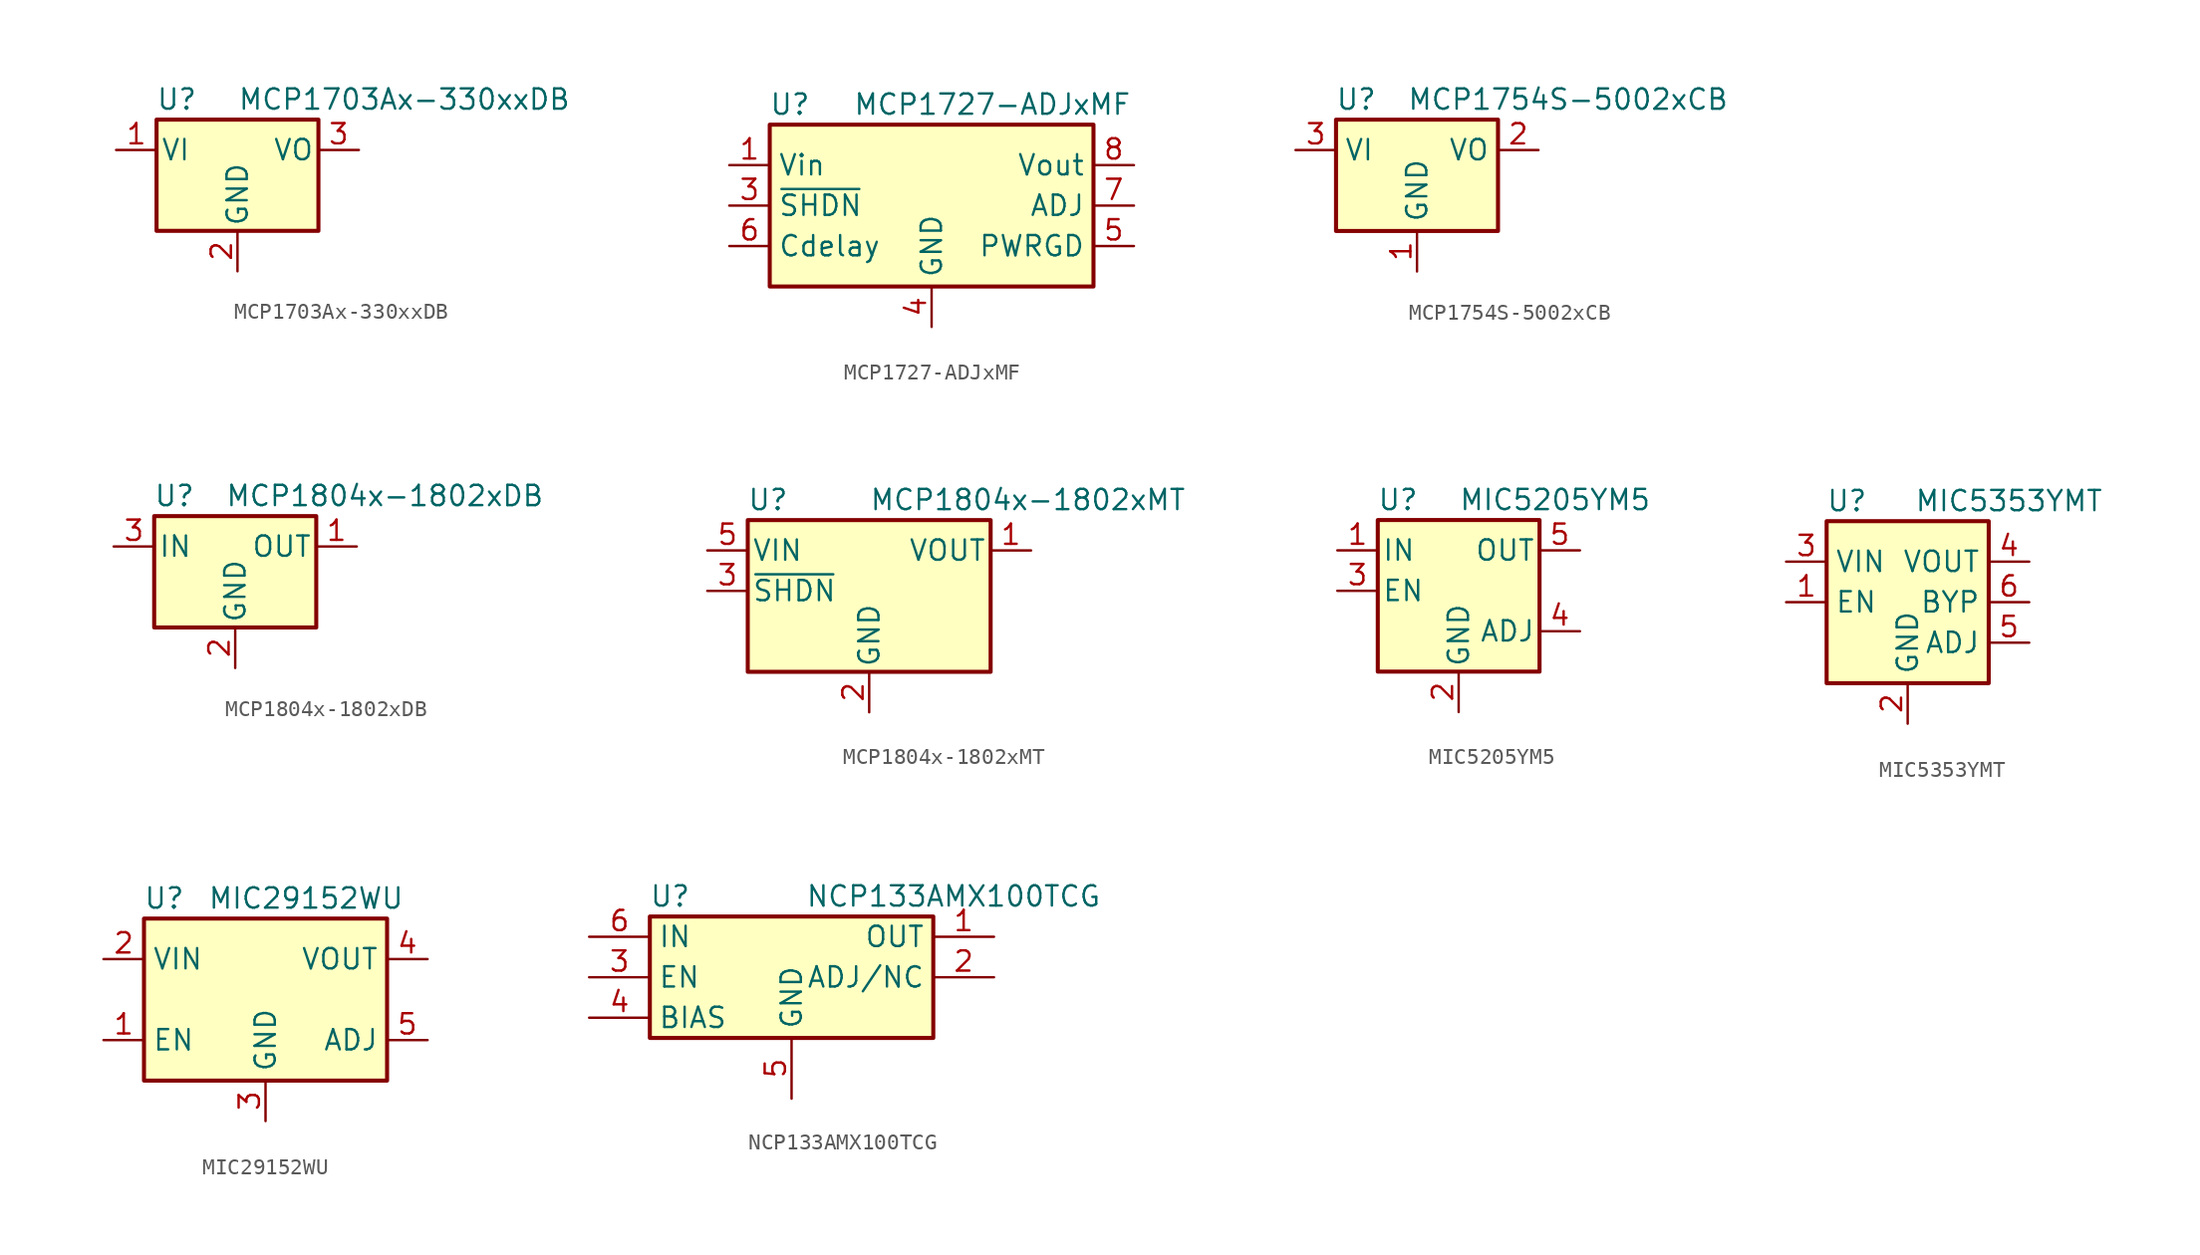
<source format=kicad_sym>
(kicad_symbol_lib
  (version 20241209)
  (generator "kicad_symbol_editor")
  (generator_version "9.0")
  (symbol "MCP1703Ax-330xxDB"
    (pin_names
      (offset 0.254))
    (property "Reference" "U"
      (at -3.81 3.175 0)
      (effects (font (size 1.27 1.27))))
    (property "Value" "MCP1703Ax-330xxDB"
      (at 0 3.175 0)
      (effects (font (size 1.27 1.27)) (justify left)))
    (symbol "MCP1703Ax-330xxDB_0_1"
      (rectangle (start -5.08 -5.08) (end 5.08 1.905) (stroke (width 0.254) (type default)) (fill (type background))))
    (symbol "MCP1703Ax-330xxDB_1_1"
      (pin power_in line (at -7.62 0 0) (length 2.54) (name "VI" (effects (font (size 1.27 1.27)))) (number "1" (effects (font (size 1.27 1.27)))))
      (pin power_in line (at 0 -7.62 90) (length 2.54) (name "GND" (effects (font (size 1.27 1.27)))) (number "2" (effects (font (size 1.27 1.27)))))
      (pin power_out line (at 7.62 0 180) (length 2.54) (name "VO" (effects (font (size 1.27 1.27)))) (number "3" (effects (font (size 1.27 1.27)))))))
  (symbol "MCP1727-ADJxMF"
    (property "Reference" "U"
      (at -8.89 6.35 0)
      (effects (font (size 1.27 1.27))))
    (property "Value" "MCP1727-ADJxMF"
      (at 3.81 6.35 0)
      (effects (font (size 1.27 1.27))))
    (symbol "MCP1727-ADJxMF_0_0"
      (pin input line (at -12.7 -2.54 0) (length 2.54) (name "Cdelay" (effects (font (size 1.27 1.27)))) (number "6" (effects (font (size 1.27 1.27)))))
      (pin power_in line (at 0 -7.62 90) (length 2.54) (name "GND" (effects (font (size 1.27 1.27)))) (number "4" (effects (font (size 1.27 1.27)))))
      (pin passive line (at 0 -7.62 90) (length 2.54) (hide yes) (name "GND" (effects (font (size 1.27 1.27)))) (number "9" (effects (font (size 1.27 1.27)))))
      (pin power_out line (at 12.7 2.54 180) (length 2.54) (name "Vout" (effects (font (size 1.27 1.27)))) (number "8" (effects (font (size 1.27 1.27)))))
      (pin input line (at 12.7 0 180) (length 2.54) (name "ADJ" (effects (font (size 1.27 1.27)))) (number "7" (effects (font (size 1.27 1.27)))))
      (pin open_collector line (at 12.7 -2.54 180) (length 2.54) (name "PWRGD" (effects (font (size 1.27 1.27)))) (number "5" (effects (font (size 1.27 1.27))))))
    (symbol "MCP1727-ADJxMF_0_1"
      (rectangle (start -10.16 5.08) (end 10.16 -5.08) (stroke (width 0.254) (type default)) (fill (type background))))
    (symbol "MCP1727-ADJxMF_1_1"
      (pin power_in line (at -12.7 2.54 0) (length 2.54) (name "Vin" (effects (font (size 1.27 1.27)))) (number "1" (effects (font (size 1.27 1.27)))))
      (pin passive line (at -12.7 2.54 0) (length 2.54) (hide yes) (name "Vin" (effects (font (size 1.27 1.27)))) (number "2" (effects (font (size 1.27 1.27)))))
      (pin input line (at -12.7 0 0) (length 2.54) (name "~{SHDN}" (effects (font (size 1.27 1.27)))) (number "3" (effects (font (size 1.27 1.27)))))))
  (symbol "MCP1754S-5002xCB"
    (property "Reference" "U"
      (at -3.81 3.175 0)
      (effects (font (size 1.27 1.27))))
    (property "Value" "MCP1754S-5002xCB"
      (at -0.635 3.175 0)
      (effects (font (size 1.27 1.27)) (justify left)))
    (symbol "MCP1754S-5002xCB_0_1"
      (rectangle (start -5.08 -5.08) (end 5.08 1.905) (stroke (width 0.254) (type default)) (fill (type background))))
    (symbol "MCP1754S-5002xCB_1_1"
      (pin power_in line (at -7.62 0 0) (length 2.54) (name "VI" (effects (font (size 1.27 1.27)))) (number "3" (effects (font (size 1.27 1.27)))))
      (pin power_in line (at 0 -7.62 90) (length 2.54) (name "GND" (effects (font (size 1.27 1.27)))) (number "1" (effects (font (size 1.27 1.27)))))
      (pin power_out line (at 7.62 0 180) (length 2.54) (name "VO" (effects (font (size 1.27 1.27)))) (number "2" (effects (font (size 1.27 1.27)))))))
  (symbol "MCP1804x-1802xDB"
    (pin_names
      (offset 0.254))
    (property "Reference" "U"
      (at -3.81 3.175 0)
      (effects (font (size 1.27 1.27))))
    (property "Value" "MCP1804x-1802xDB"
      (at -0.635 3.175 0)
      (effects (font (size 1.27 1.27)) (justify left)))
    (symbol "MCP1804x-1802xDB_0_1"
      (rectangle (start -5.08 1.905) (end 5.08 -5.08) (stroke (width 0.254) (type default)) (fill (type background))))
    (symbol "MCP1804x-1802xDB_1_1"
      (pin power_in line (at -7.62 0 0) (length 2.54) (name "IN" (effects (font (size 1.27 1.27)))) (number "3" (effects (font (size 1.27 1.27)))))
      (pin power_in line (at 0 -7.62 90) (length 2.54) (name "GND" (effects (font (size 1.27 1.27)))) (number "2" (effects (font (size 1.27 1.27)))))
      (pin power_out line (at 7.62 0 180) (length 2.54) (name "OUT" (effects (font (size 1.27 1.27)))) (number "1" (effects (font (size 1.27 1.27)))))))
  (symbol "MCP1804x-1802xMT"
    (pin_names
      (offset 0.254))
    (property "Reference" "U"
      (at -6.35 5.715 0)
      (effects (font (size 1.27 1.27))))
    (property "Value" "MCP1804x-1802xMT"
      (at 0 5.715 0)
      (effects (font (size 1.27 1.27)) (justify left)))
    (symbol "MCP1804x-1802xMT_0_1"
      (rectangle (start -7.62 -5.08) (end 7.62 4.445) (stroke (width 0.254) (type default)) (fill (type background))))
    (symbol "MCP1804x-1802xMT_1_1"
      (pin power_in line (at -10.16 2.54 0) (length 2.54) (name "VIN" (effects (font (size 1.27 1.27)))) (number "5" (effects (font (size 1.27 1.27)))))
      (pin input line (at -10.16 0 0) (length 2.54) (name "~{SHDN}" (effects (font (size 1.27 1.27)))) (number "3" (effects (font (size 1.27 1.27)))))
      (pin power_in line (at 0 -7.62 90) (length 2.54) (name "GND" (effects (font (size 1.27 1.27)))) (number "2" (effects (font (size 1.27 1.27)))))
      (pin no_connect line (at 7.62 0 180) (length 2.54) (hide yes) (name "NC" (effects (font (size 1.27 1.27)))) (number "4" (effects (font (size 1.27 1.27)))))
      (pin power_out line (at 10.16 2.54 180) (length 2.54) (name "VOUT" (effects (font (size 1.27 1.27)))) (number "1" (effects (font (size 1.27 1.27)))))))
  (symbol "MIC5205YM5"
    (pin_names
      (offset 0.254))
    (property "Reference" "U"
      (at -3.81 5.715 0)
      (effects (font (size 1.27 1.27))))
    (property "Value" "MIC5205YM5"
      (at 0 5.715 0)
      (effects (font (size 1.27 1.27)) (justify left)))
    (symbol "MIC5205YM5_0_1"
      (rectangle (start -5.08 4.445) (end 5.08 -5.08) (stroke (width 0.254) (type default)) (fill (type background))))
    (symbol "MIC5205YM5_1_1"
      (pin power_in line (at -7.62 2.54 0) (length 2.54) (name "IN" (effects (font (size 1.27 1.27)))) (number "1" (effects (font (size 1.27 1.27)))))
      (pin input line (at -7.62 0 0) (length 2.54) (name "EN" (effects (font (size 1.27 1.27)))) (number "3" (effects (font (size 1.27 1.27)))))
      (pin power_in line (at 0 -7.62 90) (length 2.54) (name "GND" (effects (font (size 1.27 1.27)))) (number "2" (effects (font (size 1.27 1.27)))))
      (pin power_out line (at 7.62 2.54 180) (length 2.54) (name "OUT" (effects (font (size 1.27 1.27)))) (number "5" (effects (font (size 1.27 1.27)))))
      (pin input line (at 7.62 -2.54 180) (length 2.54) (name "ADJ" (effects (font (size 1.27 1.27)))) (number "4" (effects (font (size 1.27 1.27)))))))
  (symbol "MIC5353YMT"
    (property "Reference" "U"
      (at -3.81 6.35 0)
      (effects (font (size 1.27 1.27))))
    (property "Value" "MIC5353YMT"
      (at 6.35 6.35 0)
      (effects (font (size 1.27 1.27))))
    (symbol "MIC5353YMT_0_1"
      (rectangle (start -5.08 -5.08) (end 5.08 5.08) (stroke (width 0.254) (type default)) (fill (type background)))
      (pin power_in line (at -7.62 2.54 0) (length 2.54) (name "VIN" (effects (font (size 1.27 1.27)))) (number "3" (effects (font (size 1.27 1.27)))))
      (pin input line (at -7.62 0 0) (length 2.54) (name "EN" (effects (font (size 1.27 1.27)))) (number "1" (effects (font (size 1.27 1.27)))))
      (pin power_in line (at 0 -7.62 90) (length 2.54) (name "GND" (effects (font (size 1.27 1.27)))) (number "2" (effects (font (size 1.27 1.27)))))
      (pin passive line (at 0 -7.62 90) (length 2.54) (hide yes) (name "GND" (effects (font (size 1.27 1.27)))) (number "7" (effects (font (size 1.27 1.27)))))
      (pin power_out line (at 7.62 2.54 180) (length 2.54) (name "VOUT" (effects (font (size 1.27 1.27)))) (number "4" (effects (font (size 1.27 1.27)))))
      (pin passive line (at 7.62 0 180) (length 2.54) (name "BYP" (effects (font (size 1.27 1.27)))) (number "6" (effects (font (size 1.27 1.27)))))
      (pin input line (at 7.62 -2.54 180) (length 2.54) (name "ADJ" (effects (font (size 1.27 1.27)))) (number "5" (effects (font (size 1.27 1.27)))))))
  (symbol "MIC29152WU"
    (property "Reference" "U"
      (at -6.35 6.35 0)
      (effects (font (size 1.27 1.27))))
    (property "Value" "MIC29152WU"
      (at 2.54 6.35 0)
      (effects (font (size 1.27 1.27))))
    (symbol "MIC29152WU_1_1"
      (rectangle (start -7.62 5.08) (end 7.62 -5.08) (stroke (width 0.254) (type default)) (fill (type background)))
      (pin power_in line (at -10.16 2.54 0) (length 2.54) (name "VIN" (effects (font (size 1.27 1.27)))) (number "2" (effects (font (size 1.27 1.27)))))
      (pin input line (at -10.16 -2.54 0) (length 2.54) (name "EN" (effects (font (size 1.27 1.27)))) (number "1" (effects (font (size 1.27 1.27)))))
      (pin power_in line (at 0 -7.62 90) (length 2.54) (name "GND" (effects (font (size 1.27 1.27)))) (number "3" (effects (font (size 1.27 1.27)))))
      (pin power_out line (at 10.16 2.54 180) (length 2.54) (name "VOUT" (effects (font (size 1.27 1.27)))) (number "4" (effects (font (size 1.27 1.27)))))
      (pin input line (at 10.16 -2.54 180) (length 2.54) (name "ADJ" (effects (font (size 1.27 1.27)))) (number "5" (effects (font (size 1.27 1.27)))))))
  (symbol "NCP133AMX100TCG"
    (property "Reference" "U"
      (at -7.62 5.08 0)
      (effects (font (size 1.27 1.27))))
    (property "Value" "NCP133AMX100TCG"
      (at 10.16 5.08 0)
      (effects (font (size 1.27 1.27))))
    (symbol "NCP133AMX100TCG_0_1"
      (rectangle (start -8.89 -3.81) (end 8.89 3.81) (stroke (width 0.254) (type default)) (fill (type background)))
      (pin power_in line (at -12.7 2.54 0) (length 3.81) (name "IN" (effects (font (size 1.27 1.27)))) (number "6" (effects (font (size 1.27 1.27)))))
      (pin input line (at -12.7 0 0) (length 3.81) (name "EN" (effects (font (size 1.27 1.27)))) (number "3" (effects (font (size 1.27 1.27)))))
      (pin power_in line (at -12.7 -2.54 0) (length 3.81) (name "BIAS" (effects (font (size 1.27 1.27)))) (number "4" (effects (font (size 1.27 1.27)))))
      (pin power_in line (at 0 -7.62 90) (length 3.81) (name "GND" (effects (font (size 1.27 1.27)))) (number "5" (effects (font (size 1.27 1.27)))))
      (pin passive line (at 0 -7.62 90) (length 3.81) (hide yes) (name "GND" (effects (font (size 1.27 1.27)))) (number "7" (effects (font (size 1.27 1.27)))))
      (pin power_out line (at 12.7 2.54 180) (length 3.81) (name "OUT" (effects (font (size 1.27 1.27)))) (number "1" (effects (font (size 1.27 1.27)))))
      (pin passive line (at 12.7 0 180) (length 3.81) (name "ADJ/NC" (effects (font (size 1.27 1.27)))) (number "2" (effects (font (size 1.27 1.27))))))))
</source>
